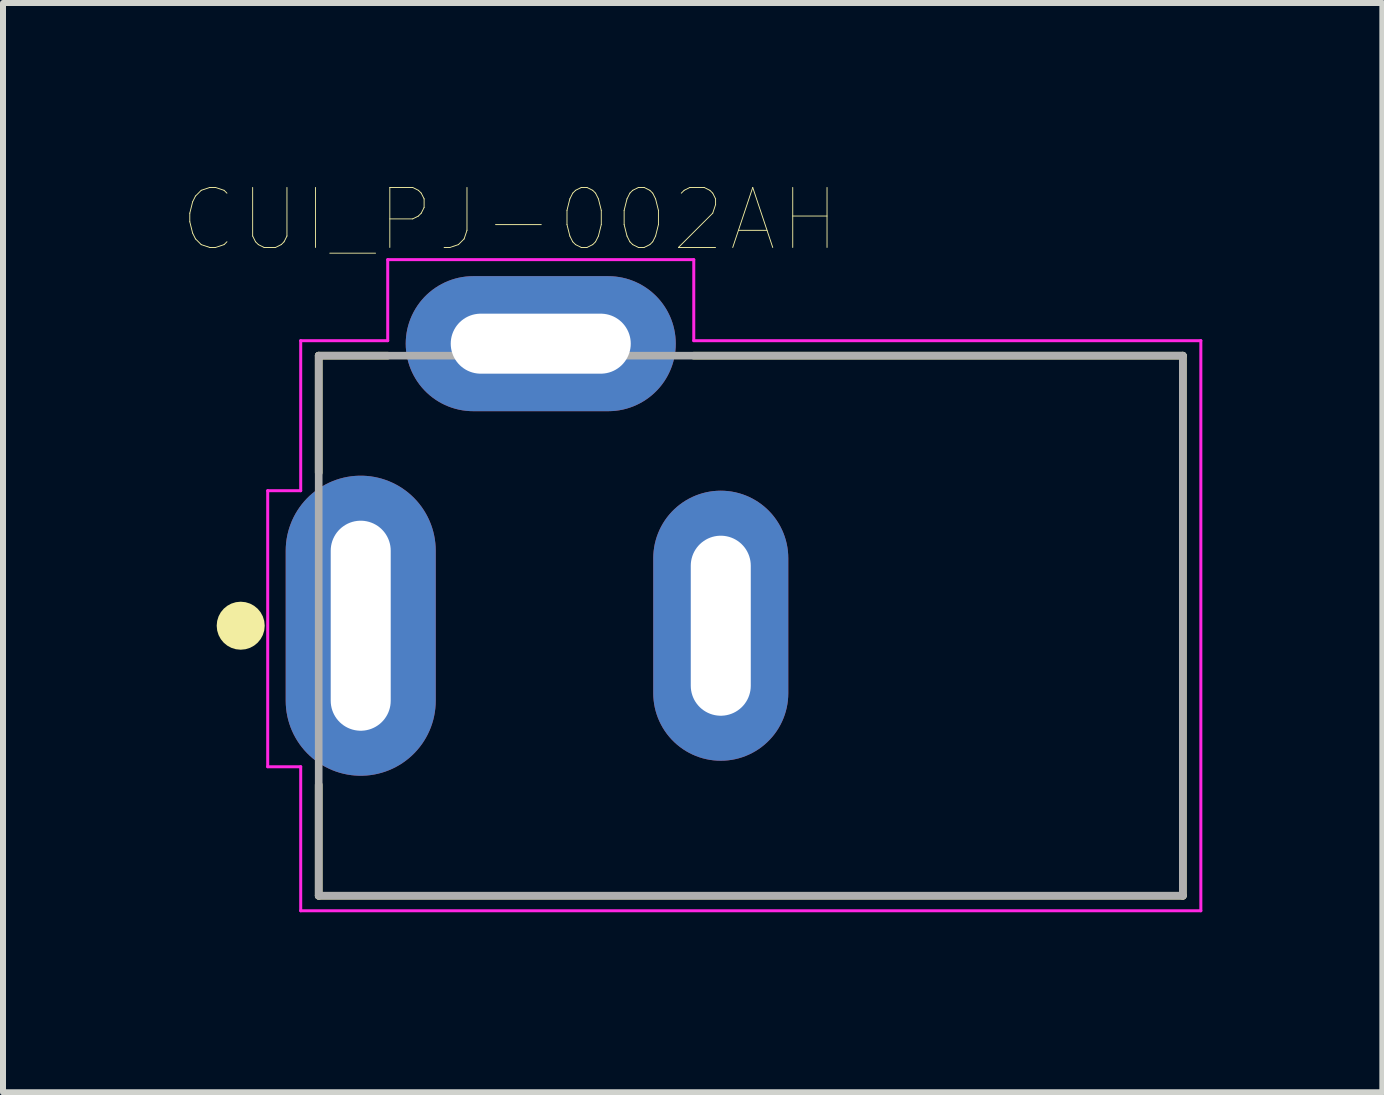
<source format=kicad_pcb>
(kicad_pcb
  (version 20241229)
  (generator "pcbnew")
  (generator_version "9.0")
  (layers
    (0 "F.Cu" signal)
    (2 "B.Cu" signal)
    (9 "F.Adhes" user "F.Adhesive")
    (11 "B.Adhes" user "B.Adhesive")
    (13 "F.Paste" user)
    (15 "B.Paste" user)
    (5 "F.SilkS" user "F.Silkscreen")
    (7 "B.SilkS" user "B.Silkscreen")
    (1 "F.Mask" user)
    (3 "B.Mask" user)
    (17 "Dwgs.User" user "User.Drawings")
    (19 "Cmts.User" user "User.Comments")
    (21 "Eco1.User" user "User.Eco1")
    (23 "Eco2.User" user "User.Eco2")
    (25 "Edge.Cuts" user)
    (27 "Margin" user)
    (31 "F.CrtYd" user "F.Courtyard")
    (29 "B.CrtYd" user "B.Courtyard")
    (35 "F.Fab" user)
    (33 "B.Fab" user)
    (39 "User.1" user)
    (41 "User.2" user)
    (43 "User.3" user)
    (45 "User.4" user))
  (footprint "CUI_PJ-002AH"
    (layer "F.Cu")
    (at 2.961 7.377)
    (property "Reference" "CUI_PJ-002AH" (at 2.485 -6.765 0) (layer "F.SilkS") (effects (font (size 1 1) (thickness 0.015))))
    (attr through_hole)
    (fp_line (start -0.7 -4.5) (end 0.45 -4.5) (stroke (width 0.127) (type solid)) (layer "F.SilkS"))
    (fp_line (start -0.7 -2.55) (end -0.7 -4.5) (stroke (width 0.127) (type solid)) (layer "F.SilkS"))
    (fp_line (start -0.7 4.5) (end -0.7 2.65) (stroke (width 0.127) (type solid)) (layer "F.SilkS"))
    (fp_line (start 5.55 -4.5) (end 13.7 -4.5) (stroke (width 0.127) (type solid)) (layer "F.SilkS"))
    (fp_line (start 13.7 -4.5) (end 13.7 4.5) (stroke (width 0.127) (type solid)) (layer "F.SilkS"))
    (fp_line (start 13.7 4.5) (end -0.7 4.5) (stroke (width 0.127) (type solid)) (layer "F.SilkS"))
    (fp_circle (center -2 0) (end -1.8 0) (stroke (width 0.4) (type solid)) (fill no) (layer "F.SilkS"))
    (fp_line (start -1.55 -2.25) (end -1.55 2.35) (stroke (width 0.05) (type solid)) (layer "F.CrtYd"))
    (fp_line (start -1.55 2.35) (end -1 2.35) (stroke (width 0.05) (type solid)) (layer "F.CrtYd"))
    (fp_line (start -1 -4.75) (end 0.45 -4.75) (stroke (width 0.05) (type solid)) (layer "F.CrtYd"))
    (fp_line (start -1 -2.25) (end -1.55 -2.25) (stroke (width 0.05) (type solid)) (layer "F.CrtYd"))
    (fp_line (start -1 -2.25) (end -1 -4.75) (stroke (width 0.05) (type solid)) (layer "F.CrtYd"))
    (fp_line (start -1 4.75) (end -1 2.35) (stroke (width 0.05) (type solid)) (layer "F.CrtYd"))
    (fp_line (start 0.45 -6.1) (end 5.55 -6.1) (stroke (width 0.05) (type solid)) (layer "F.CrtYd"))
    (fp_line (start 0.45 -4.75) (end 0.45 -6.1) (stroke (width 0.05) (type solid)) (layer "F.CrtYd"))
    (fp_line (start 5.55 -6.1) (end 5.55 -4.75) (stroke (width 0.05) (type solid)) (layer "F.CrtYd"))
    (fp_line (start 5.55 -4.75) (end 14 -4.75) (stroke (width 0.05) (type solid)) (layer "F.CrtYd"))
    (fp_line (start 14 -4.75) (end 14 4.75) (stroke (width 0.05) (type solid)) (layer "F.CrtYd"))
    (fp_line (start 14 4.75) (end -1 4.75) (stroke (width 0.05) (type solid)) (layer "F.CrtYd"))
    (fp_line (start -0.7 -4.5) (end 13.7 -4.5) (stroke (width 0.127) (type solid)) (layer "F.Fab"))
    (fp_line (start -0.7 4.5) (end -0.7 -4.5) (stroke (width 0.127) (type solid)) (layer "F.Fab"))
    (fp_line (start 13.7 -4.5) (end 13.7 4.5) (stroke (width 0.127) (type solid)) (layer "F.Fab"))
    (fp_line (start 13.7 4.5) (end -0.7 4.5) (stroke (width 0.127) (type solid)) (layer "F.Fab"))
    (pad "1" thru_hole oval (at 0 0) (size 2.5 5) (drill oval 1 3.5) (layers "*.Cu" "*.Mask"))
    (pad "2" thru_hole oval (at 6 0) (size 2.25 4.5) (drill oval 1 3) (layers "*.Cu" "*.Mask"))
    (pad "3" thru_hole oval (at 3 -4.7) (size 4.5 2.25) (drill oval 3 1) (layers "*.Cu" "*.Mask")))
  (gr_rect
    (start -3 -3)
    (end 19.986 15.152)
    (stroke (width 0.1) (type default))
    (fill no)
    (layer "Edge.Cuts")))
</source>
